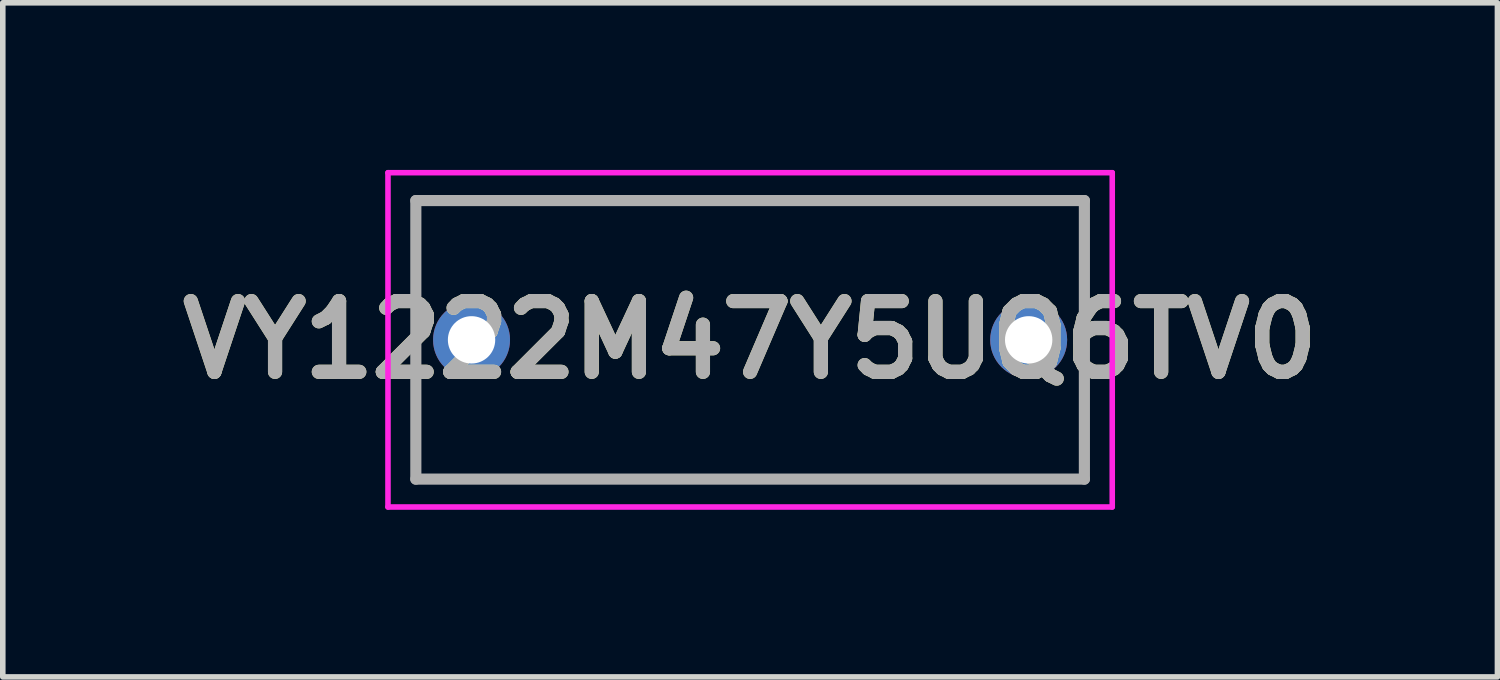
<source format=kicad_pcb>
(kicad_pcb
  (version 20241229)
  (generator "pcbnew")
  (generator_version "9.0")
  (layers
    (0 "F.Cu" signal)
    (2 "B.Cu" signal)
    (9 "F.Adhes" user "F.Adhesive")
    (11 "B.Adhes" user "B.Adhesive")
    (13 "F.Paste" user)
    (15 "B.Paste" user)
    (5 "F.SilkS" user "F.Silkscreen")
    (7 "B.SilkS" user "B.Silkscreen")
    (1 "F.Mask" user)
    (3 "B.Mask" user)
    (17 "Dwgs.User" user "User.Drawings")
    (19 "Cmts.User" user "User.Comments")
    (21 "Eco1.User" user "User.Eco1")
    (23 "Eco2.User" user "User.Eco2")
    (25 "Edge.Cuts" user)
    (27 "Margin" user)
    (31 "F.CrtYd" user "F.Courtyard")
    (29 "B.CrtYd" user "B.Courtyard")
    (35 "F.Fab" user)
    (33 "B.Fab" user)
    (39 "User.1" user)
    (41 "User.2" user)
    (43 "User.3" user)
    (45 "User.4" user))
  (footprint "VY1222M47Y5UQ6TV0"
    (layer "F.Cu")
    (at 5.414 3.05)
    (property "Reference" "VY1222M47Y5UQ6TV0" (at 5 0 0) (layer "F.SilkS") (effects (font (size 1.27 1.27) (thickness 0.254))))
    (attr through_hole)
    (fp_line (start -1 -2.5) (end 11 -2.5) (stroke (width 0.1) (type solid)) (layer "F.SilkS"))
    (fp_line (start -1 2.5) (end -1 -2.5) (stroke (width 0.1) (type solid)) (layer "F.SilkS"))
    (fp_line (start 11 -2.5) (end 11 2.5) (stroke (width 0.1) (type solid)) (layer "F.SilkS"))
    (fp_line (start 11 2.5) (end -1 2.5) (stroke (width 0.1) (type solid)) (layer "F.SilkS"))
    (fp_line (start -1.5 -3) (end 11.5 -3) (stroke (width 0.1) (type solid)) (layer "F.CrtYd"))
    (fp_line (start -1.5 3) (end -1.5 -3) (stroke (width 0.1) (type solid)) (layer "F.CrtYd"))
    (fp_line (start 11.5 -3) (end 11.5 3) (stroke (width 0.1) (type solid)) (layer "F.CrtYd"))
    (fp_line (start 11.5 3) (end -1.5 3) (stroke (width 0.1) (type solid)) (layer "F.CrtYd"))
    (fp_line (start -1 -2.5) (end 11 -2.5) (stroke (width 0.2) (type solid)) (layer "F.Fab"))
    (fp_line (start -1 2.5) (end -1 -2.5) (stroke (width 0.2) (type solid)) (layer "F.Fab"))
    (fp_line (start 11 -2.5) (end 11 2.5) (stroke (width 0.2) (type solid)) (layer "F.Fab"))
    (fp_line (start 11 2.5) (end -1 2.5) (stroke (width 0.2) (type solid)) (layer "F.Fab"))
    (fp_text user "${REFERENCE}" (at 5 0 0) (layer "F.Fab") (effects (font (size 1.27 1.27) (thickness 0.254))))
    (pad "1" thru_hole circle (at 0 0) (size 1.381 1.381) (drill 0.85) (layers "*.Cu" "*.Mask"))
    (pad "2" thru_hole circle (at 10 0) (size 1.381 1.381) (drill 0.85) (layers "*.Cu" "*.Mask")))
  (gr_rect
    (start -3 -3)
    (end 23.828 9.1)
    (stroke (width 0.1) (type default))
    (fill no)
    (layer "Edge.Cuts")))
</source>
